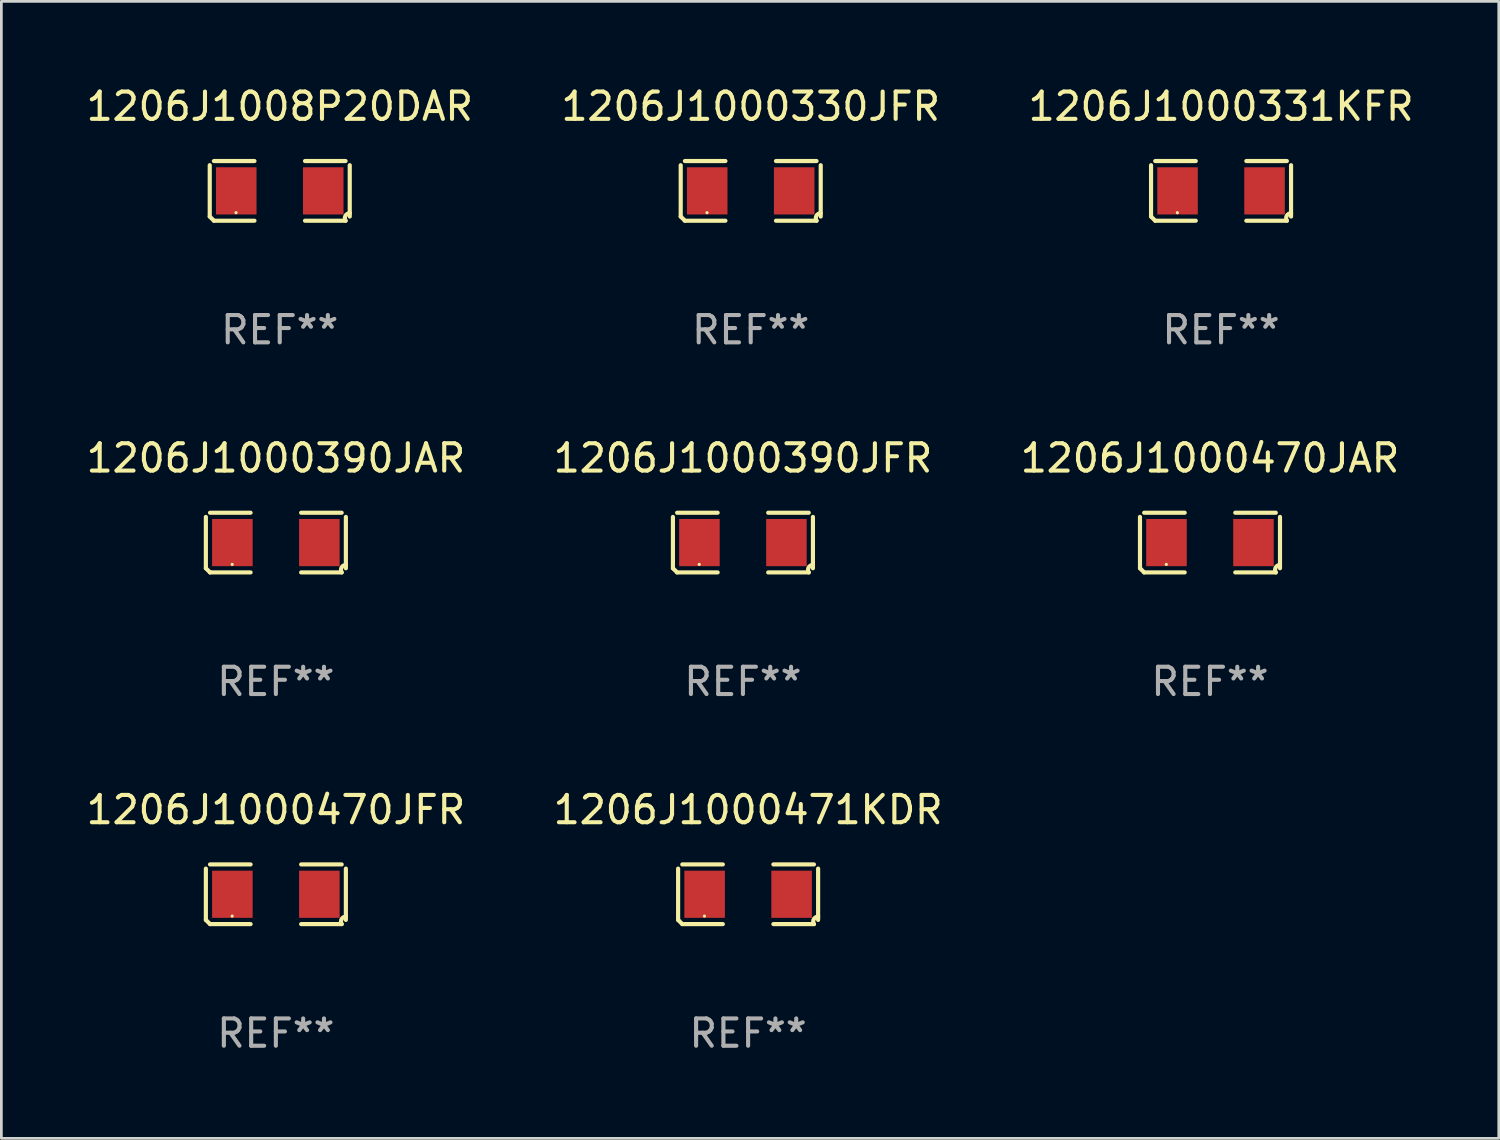
<source format=kicad_pcb>
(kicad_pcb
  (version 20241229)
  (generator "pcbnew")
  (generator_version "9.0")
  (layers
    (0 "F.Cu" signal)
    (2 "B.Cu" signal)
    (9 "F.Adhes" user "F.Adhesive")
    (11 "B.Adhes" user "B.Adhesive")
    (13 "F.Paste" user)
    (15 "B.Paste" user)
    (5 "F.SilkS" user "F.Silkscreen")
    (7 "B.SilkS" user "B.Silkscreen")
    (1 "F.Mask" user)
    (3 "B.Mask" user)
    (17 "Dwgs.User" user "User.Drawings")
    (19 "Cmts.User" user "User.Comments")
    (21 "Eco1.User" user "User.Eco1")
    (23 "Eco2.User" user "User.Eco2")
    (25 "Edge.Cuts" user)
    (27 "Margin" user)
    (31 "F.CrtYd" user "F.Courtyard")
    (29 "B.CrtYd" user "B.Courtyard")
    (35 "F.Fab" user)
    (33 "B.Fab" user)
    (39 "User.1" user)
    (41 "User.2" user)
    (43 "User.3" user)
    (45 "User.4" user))
  (footprint "1206J1000470JFR"
    (layer "F.Cu")
    (at 7.054 29.704)
    (property "Reference" "1206J1000470JFR" (at 0 -3.093 0) (layer "F.SilkS") (effects (font (size 1 1) (thickness 0.15))))
    (attr through_hole)
    (fp_line (start -2.564 0.94) (end -2.564 -0.94) (stroke (width 0.152) (type solid)) (layer "F.SilkS"))
    (fp_line (start -2.411 -1.093) (end -0.926 -1.093) (stroke (width 0.152) (type solid)) (layer "F.SilkS"))
    (fp_line (start -0.926 1.093) (end -2.411 1.093) (stroke (width 0.152) (type solid)) (layer "F.SilkS"))
    (fp_line (start 0.926 1.093) (end 2.411 1.093) (stroke (width 0.152) (type solid)) (layer "F.SilkS"))
    (fp_line (start 2.411 -1.093) (end 0.926 -1.093) (stroke (width 0.152) (type solid)) (layer "F.SilkS"))
    (fp_line (start 2.564 0.94) (end 2.564 -0.94) (stroke (width 0.152) (type solid)) (layer "F.SilkS"))
    (fp_arc (start -2.411201 1.092609) (mid -2.487413 1.01642) (end -2.563602 0.940208) (stroke (width 0.1524) (type solid)) (layer "F.SilkS"))
    (fp_arc (start 2.411201 1.092609) (mid 2.407159 0.911226) (end 2.563602 0.819347) (stroke (width 0.1524) (type solid)) (layer "F.SilkS"))
    (fp_circle (center -1.6 0.8) (end -1.57 0.8) (stroke (width 0.06) (type solid)) (fill no) (layer "F.SilkS"))
    (fp_text user "REF**" (at 0 5.093 0) (layer "F.Fab") (effects (font (size 1 1) (thickness 0.15))))
    (pad "1" smd rect (at -1.593 0) (size 1.485 1.728) (layers "F.Cu" "F.Mask" "F.Paste"))
    (pad "2" smd rect (at 1.593 0) (size 1.485 1.728) (layers "F.Cu" "F.Mask" "F.Paste")))
  (footprint "1206J1000390JFR"
    (layer "F.Cu")
    (at 24.161 16.823)
    (property "Reference" "1206J1000390JFR" (at 0 -3.093 0) (layer "F.SilkS") (effects (font (size 1 1) (thickness 0.15))))
    (attr through_hole)
    (fp_line (start -2.564 0.94) (end -2.564 -0.94) (stroke (width 0.152) (type solid)) (layer "F.SilkS"))
    (fp_line (start -2.411 -1.093) (end -0.926 -1.093) (stroke (width 0.152) (type solid)) (layer "F.SilkS"))
    (fp_line (start -0.926 1.093) (end -2.411 1.093) (stroke (width 0.152) (type solid)) (layer "F.SilkS"))
    (fp_line (start 0.926 1.093) (end 2.411 1.093) (stroke (width 0.152) (type solid)) (layer "F.SilkS"))
    (fp_line (start 2.411 -1.093) (end 0.926 -1.093) (stroke (width 0.152) (type solid)) (layer "F.SilkS"))
    (fp_line (start 2.564 0.94) (end 2.564 -0.94) (stroke (width 0.152) (type solid)) (layer "F.SilkS"))
    (fp_arc (start -2.411201 1.092609) (mid -2.487413 1.01642) (end -2.563602 0.940208) (stroke (width 0.1524) (type solid)) (layer "F.SilkS"))
    (fp_arc (start 2.411201 1.092609) (mid 2.407159 0.911226) (end 2.563602 0.819347) (stroke (width 0.1524) (type solid)) (layer "F.SilkS"))
    (fp_circle (center -1.6 0.8) (end -1.57 0.8) (stroke (width 0.06) (type solid)) (fill no) (layer "F.SilkS"))
    (fp_text user "REF**" (at 0 5.093 0) (layer "F.Fab") (effects (font (size 1 1) (thickness 0.15))))
    (pad "1" smd rect (at -1.593 0) (size 1.485 1.728) (layers "F.Cu" "F.Mask" "F.Paste"))
    (pad "2" smd rect (at 1.593 0) (size 1.485 1.728) (layers "F.Cu" "F.Mask" "F.Paste")))
  (footprint "1206J1000390JAR"
    (layer "F.Cu")
    (at 7.054 16.823)
    (property "Reference" "1206J1000390JAR" (at 0 -3.093 0) (layer "F.SilkS") (effects (font (size 1 1) (thickness 0.15))))
    (attr through_hole)
    (fp_line (start -2.564 0.94) (end -2.564 -0.94) (stroke (width 0.152) (type solid)) (layer "F.SilkS"))
    (fp_line (start -2.411 -1.093) (end -0.926 -1.093) (stroke (width 0.152) (type solid)) (layer "F.SilkS"))
    (fp_line (start -0.926 1.093) (end -2.411 1.093) (stroke (width 0.152) (type solid)) (layer "F.SilkS"))
    (fp_line (start 0.926 1.093) (end 2.411 1.093) (stroke (width 0.152) (type solid)) (layer "F.SilkS"))
    (fp_line (start 2.411 -1.093) (end 0.926 -1.093) (stroke (width 0.152) (type solid)) (layer "F.SilkS"))
    (fp_line (start 2.564 0.94) (end 2.564 -0.94) (stroke (width 0.152) (type solid)) (layer "F.SilkS"))
    (fp_arc (start -2.411201 1.092609) (mid -2.487413 1.01642) (end -2.563602 0.940208) (stroke (width 0.1524) (type solid)) (layer "F.SilkS"))
    (fp_arc (start 2.411201 1.092609) (mid 2.407159 0.911226) (end 2.563602 0.819347) (stroke (width 0.1524) (type solid)) (layer "F.SilkS"))
    (fp_circle (center -1.6 0.8) (end -1.57 0.8) (stroke (width 0.06) (type solid)) (fill no) (layer "F.SilkS"))
    (fp_text user "REF**" (at 0 5.093 0) (layer "F.Fab") (effects (font (size 1 1) (thickness 0.15))))
    (pad "1" smd rect (at -1.593 0) (size 1.485 1.728) (layers "F.Cu" "F.Mask" "F.Paste"))
    (pad "2" smd rect (at 1.593 0) (size 1.485 1.728) (layers "F.Cu" "F.Mask" "F.Paste")))
  (footprint "1206J1000330JFR"
    (layer "F.Cu")
    (at 24.446 3.941)
    (property "Reference" "1206J1000330JFR" (at 0 -3.093 0) (layer "F.SilkS") (effects (font (size 1 1) (thickness 0.15))))
    (attr through_hole)
    (fp_line (start -2.564 0.94) (end -2.564 -0.94) (stroke (width 0.152) (type solid)) (layer "F.SilkS"))
    (fp_line (start -2.411 -1.093) (end -0.926 -1.093) (stroke (width 0.152) (type solid)) (layer "F.SilkS"))
    (fp_line (start -0.926 1.093) (end -2.411 1.093) (stroke (width 0.152) (type solid)) (layer "F.SilkS"))
    (fp_line (start 0.926 1.093) (end 2.411 1.093) (stroke (width 0.152) (type solid)) (layer "F.SilkS"))
    (fp_line (start 2.411 -1.093) (end 0.926 -1.093) (stroke (width 0.152) (type solid)) (layer "F.SilkS"))
    (fp_line (start 2.564 0.94) (end 2.564 -0.94) (stroke (width 0.152) (type solid)) (layer "F.SilkS"))
    (fp_arc (start -2.411201 1.092609) (mid -2.487413 1.01642) (end -2.563602 0.940208) (stroke (width 0.1524) (type solid)) (layer "F.SilkS"))
    (fp_arc (start 2.411201 1.092609) (mid 2.407159 0.911226) (end 2.563602 0.819347) (stroke (width 0.1524) (type solid)) (layer "F.SilkS"))
    (fp_circle (center -1.6 0.8) (end -1.57 0.8) (stroke (width 0.06) (type solid)) (fill no) (layer "F.SilkS"))
    (fp_text user "REF**" (at 0 5.093 0) (layer "F.Fab") (effects (font (size 1 1) (thickness 0.15))))
    (pad "1" smd rect (at -1.593 0) (size 1.485 1.728) (layers "F.Cu" "F.Mask" "F.Paste"))
    (pad "2" smd rect (at 1.593 0) (size 1.485 1.728) (layers "F.Cu" "F.Mask" "F.Paste")))
  (footprint "1206J1008P20DAR"
    (layer "F.Cu")
    (at 7.196 3.941)
    (property "Reference" "1206J1008P20DAR" (at 0 -3.093 0) (layer "F.SilkS") (effects (font (size 1 1) (thickness 0.15))))
    (attr through_hole)
    (fp_line (start -2.564 0.94) (end -2.564 -0.94) (stroke (width 0.152) (type solid)) (layer "F.SilkS"))
    (fp_line (start -2.411 -1.093) (end -0.926 -1.093) (stroke (width 0.152) (type solid)) (layer "F.SilkS"))
    (fp_line (start -0.926 1.093) (end -2.411 1.093) (stroke (width 0.152) (type solid)) (layer "F.SilkS"))
    (fp_line (start 0.926 1.093) (end 2.411 1.093) (stroke (width 0.152) (type solid)) (layer "F.SilkS"))
    (fp_line (start 2.411 -1.093) (end 0.926 -1.093) (stroke (width 0.152) (type solid)) (layer "F.SilkS"))
    (fp_line (start 2.564 0.94) (end 2.564 -0.94) (stroke (width 0.152) (type solid)) (layer "F.SilkS"))
    (fp_arc (start -2.411201 1.092609) (mid -2.487413 1.01642) (end -2.563602 0.940208) (stroke (width 0.1524) (type solid)) (layer "F.SilkS"))
    (fp_arc (start 2.411201 1.092609) (mid 2.407159 0.911226) (end 2.563602 0.819347) (stroke (width 0.1524) (type solid)) (layer "F.SilkS"))
    (fp_circle (center -1.6 0.8) (end -1.57 0.8) (stroke (width 0.06) (type solid)) (fill no) (layer "F.SilkS"))
    (fp_text user "REF**" (at 0 5.093 0) (layer "F.Fab") (effects (font (size 1 1) (thickness 0.15))))
    (pad "1" smd rect (at -1.593 0) (size 1.485 1.728) (layers "F.Cu" "F.Mask" "F.Paste"))
    (pad "2" smd rect (at 1.593 0) (size 1.485 1.728) (layers "F.Cu" "F.Mask" "F.Paste")))
  (footprint "1206J1000470JAR"
    (layer "F.Cu")
    (at 41.268 16.823)
    (property "Reference" "1206J1000470JAR" (at 0 -3.093 0) (layer "F.SilkS") (effects (font (size 1 1) (thickness 0.15))))
    (attr through_hole)
    (fp_line (start -2.564 0.94) (end -2.564 -0.94) (stroke (width 0.152) (type solid)) (layer "F.SilkS"))
    (fp_line (start -2.411 -1.093) (end -0.926 -1.093) (stroke (width 0.152) (type solid)) (layer "F.SilkS"))
    (fp_line (start -0.926 1.093) (end -2.411 1.093) (stroke (width 0.152) (type solid)) (layer "F.SilkS"))
    (fp_line (start 0.926 1.093) (end 2.411 1.093) (stroke (width 0.152) (type solid)) (layer "F.SilkS"))
    (fp_line (start 2.411 -1.093) (end 0.926 -1.093) (stroke (width 0.152) (type solid)) (layer "F.SilkS"))
    (fp_line (start 2.564 0.94) (end 2.564 -0.94) (stroke (width 0.152) (type solid)) (layer "F.SilkS"))
    (fp_arc (start -2.411201 1.092609) (mid -2.487413 1.01642) (end -2.563602 0.940208) (stroke (width 0.1524) (type solid)) (layer "F.SilkS"))
    (fp_arc (start 2.411201 1.092609) (mid 2.407159 0.911226) (end 2.563602 0.819347) (stroke (width 0.1524) (type solid)) (layer "F.SilkS"))
    (fp_circle (center -1.6 0.8) (end -1.57 0.8) (stroke (width 0.06) (type solid)) (fill no) (layer "F.SilkS"))
    (fp_text user "REF**" (at 0 5.093 0) (layer "F.Fab") (effects (font (size 1 1) (thickness 0.15))))
    (pad "1" smd rect (at -1.593 0) (size 1.485 1.728) (layers "F.Cu" "F.Mask" "F.Paste"))
    (pad "2" smd rect (at 1.593 0) (size 1.485 1.728) (layers "F.Cu" "F.Mask" "F.Paste")))
  (footprint "1206J1000471KDR"
    (layer "F.Cu")
    (at 24.351 29.704)
    (property "Reference" "1206J1000471KDR" (at 0 -3.093 0) (layer "F.SilkS") (effects (font (size 1 1) (thickness 0.15))))
    (attr through_hole)
    (fp_line (start -2.564 0.94) (end -2.564 -0.94) (stroke (width 0.152) (type solid)) (layer "F.SilkS"))
    (fp_line (start -2.411 -1.093) (end -0.926 -1.093) (stroke (width 0.152) (type solid)) (layer "F.SilkS"))
    (fp_line (start -0.926 1.093) (end -2.411 1.093) (stroke (width 0.152) (type solid)) (layer "F.SilkS"))
    (fp_line (start 0.926 1.093) (end 2.411 1.093) (stroke (width 0.152) (type solid)) (layer "F.SilkS"))
    (fp_line (start 2.411 -1.093) (end 0.926 -1.093) (stroke (width 0.152) (type solid)) (layer "F.SilkS"))
    (fp_line (start 2.564 0.94) (end 2.564 -0.94) (stroke (width 0.152) (type solid)) (layer "F.SilkS"))
    (fp_arc (start -2.411201 1.092609) (mid -2.487413 1.01642) (end -2.563602 0.940208) (stroke (width 0.1524) (type solid)) (layer "F.SilkS"))
    (fp_arc (start 2.411201 1.092609) (mid 2.407159 0.911226) (end 2.563602 0.819347) (stroke (width 0.1524) (type solid)) (layer "F.SilkS"))
    (fp_circle (center -1.6 0.8) (end -1.57 0.8) (stroke (width 0.06) (type solid)) (fill no) (layer "F.SilkS"))
    (fp_text user "REF**" (at 0 5.093 0) (layer "F.Fab") (effects (font (size 1 1) (thickness 0.15))))
    (pad "1" smd rect (at -1.593 0) (size 1.485 1.728) (layers "F.Cu" "F.Mask" "F.Paste"))
    (pad "2" smd rect (at 1.593 0) (size 1.485 1.728) (layers "F.Cu" "F.Mask" "F.Paste")))
  (footprint "1206J1000331KFR"
    (layer "F.Cu")
    (at 41.673 3.941)
    (property "Reference" "1206J1000331KFR" (at 0 -3.093 0) (layer "F.SilkS") (effects (font (size 1 1) (thickness 0.15))))
    (attr through_hole)
    (fp_line (start -2.564 0.94) (end -2.564 -0.94) (stroke (width 0.152) (type solid)) (layer "F.SilkS"))
    (fp_line (start -2.411 -1.093) (end -0.926 -1.093) (stroke (width 0.152) (type solid)) (layer "F.SilkS"))
    (fp_line (start -0.926 1.093) (end -2.411 1.093) (stroke (width 0.152) (type solid)) (layer "F.SilkS"))
    (fp_line (start 0.926 1.093) (end 2.411 1.093) (stroke (width 0.152) (type solid)) (layer "F.SilkS"))
    (fp_line (start 2.411 -1.093) (end 0.926 -1.093) (stroke (width 0.152) (type solid)) (layer "F.SilkS"))
    (fp_line (start 2.564 0.94) (end 2.564 -0.94) (stroke (width 0.152) (type solid)) (layer "F.SilkS"))
    (fp_arc (start -2.411201 1.092609) (mid -2.487413 1.01642) (end -2.563602 0.940208) (stroke (width 0.1524) (type solid)) (layer "F.SilkS"))
    (fp_arc (start 2.411201 1.092609) (mid 2.407159 0.911226) (end 2.563602 0.819347) (stroke (width 0.1524) (type solid)) (layer "F.SilkS"))
    (fp_circle (center -1.6 0.8) (end -1.57 0.8) (stroke (width 0.06) (type solid)) (fill no) (layer "F.SilkS"))
    (fp_text user "REF**" (at 0 5.093 0) (layer "F.Fab") (effects (font (size 1 1) (thickness 0.15))))
    (pad "1" smd rect (at -1.593 0) (size 1.485 1.728) (layers "F.Cu" "F.Mask" "F.Paste"))
    (pad "2" smd rect (at 1.593 0) (size 1.485 1.728) (layers "F.Cu" "F.Mask" "F.Paste")))
  (gr_rect
    (start -3 -3)
    (end 51.845 38.645)
    (stroke (width 0.1) (type default))
    (fill no)
    (layer "Edge.Cuts")))
</source>
